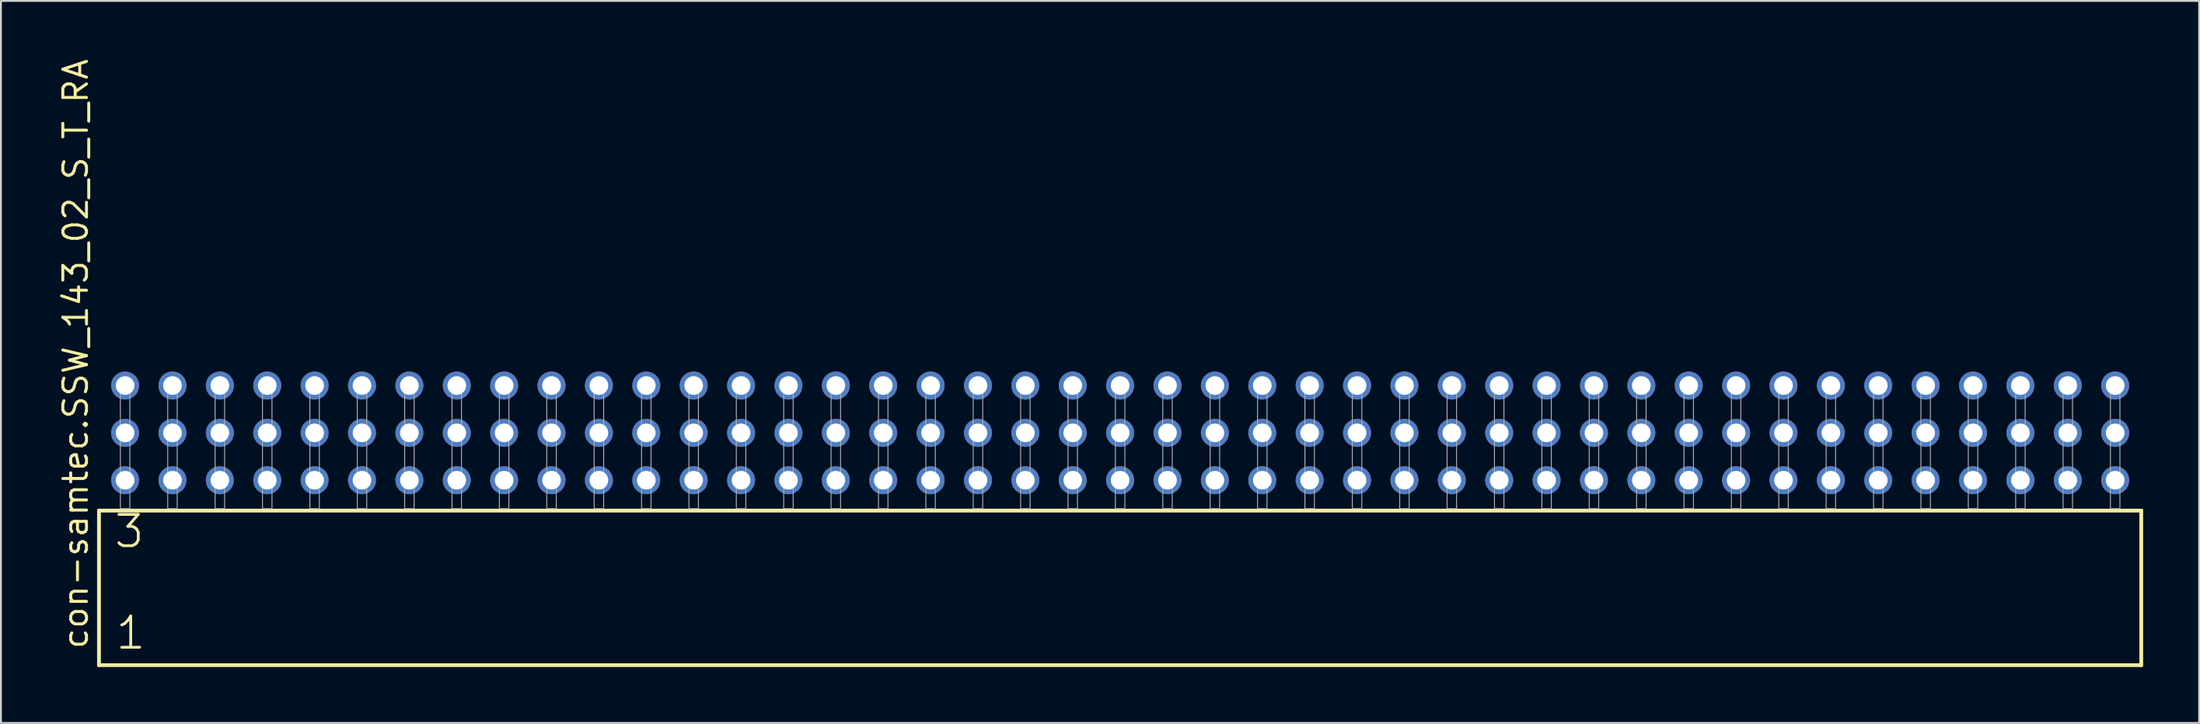
<source format=kicad_pcb>
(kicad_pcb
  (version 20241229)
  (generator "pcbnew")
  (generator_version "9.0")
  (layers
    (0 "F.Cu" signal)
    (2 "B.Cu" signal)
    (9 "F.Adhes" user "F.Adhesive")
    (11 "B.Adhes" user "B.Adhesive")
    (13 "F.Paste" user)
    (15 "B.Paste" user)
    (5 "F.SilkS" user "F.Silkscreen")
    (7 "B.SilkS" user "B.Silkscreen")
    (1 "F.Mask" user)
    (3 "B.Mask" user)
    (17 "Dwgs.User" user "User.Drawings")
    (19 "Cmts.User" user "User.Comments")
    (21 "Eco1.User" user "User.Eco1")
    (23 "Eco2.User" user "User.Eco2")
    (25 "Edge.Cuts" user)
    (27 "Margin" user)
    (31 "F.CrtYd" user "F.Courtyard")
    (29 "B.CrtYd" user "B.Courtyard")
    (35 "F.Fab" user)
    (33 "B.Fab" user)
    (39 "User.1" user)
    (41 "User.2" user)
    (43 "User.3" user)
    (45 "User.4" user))
  (footprint "con-samtec.SSW_143_02_S_T_RA"
    (layer "F.Cu")
    (at 56.995 24.235)
    (property "Reference" "con-samtec.SSW_143_02_S_T_RA" (at -55.245 7.62 90) (layer "F.SilkS") (effects (font (size 1.27 1.27) (thickness 0.16)) (justify left bottom)))
    (attr through_hole)
    (fp_line (start -54.739 0.106) (end -54.739 8.396) (stroke (width 0.203) (type default)) (layer "F.SilkS"))
    (fp_line (start -54.739 8.396) (end 54.739 8.396) (stroke (width 0.203) (type default)) (layer "F.SilkS"))
    (fp_line (start 54.739 0.106) (end -54.739 0.106) (stroke (width 0.203) (type default)) (layer "F.SilkS"))
    (fp_line (start 54.739 8.396) (end 54.739 0.106) (stroke (width 0.203) (type default)) (layer "F.SilkS"))
    (fp_rect (start -53.594 0) (end -53.086 -6.858) (stroke (width 0.05) (type default)) (fill no) (layer "F.Fab"))
    (fp_rect (start -51.054 0) (end -50.546 -6.858) (stroke (width 0.05) (type default)) (fill no) (layer "F.Fab"))
    (fp_rect (start -48.514 0) (end -48.006 -6.858) (stroke (width 0.05) (type default)) (fill no) (layer "F.Fab"))
    (fp_rect (start -45.974 0) (end -45.466 -6.858) (stroke (width 0.05) (type default)) (fill no) (layer "F.Fab"))
    (fp_rect (start -43.434 0) (end -42.926 -6.858) (stroke (width 0.05) (type default)) (fill no) (layer "F.Fab"))
    (fp_rect (start -40.894 0) (end -40.386 -6.858) (stroke (width 0.05) (type default)) (fill no) (layer "F.Fab"))
    (fp_rect (start -38.354 0) (end -37.846 -6.858) (stroke (width 0.05) (type default)) (fill no) (layer "F.Fab"))
    (fp_rect (start -35.814 0) (end -35.306 -6.858) (stroke (width 0.05) (type default)) (fill no) (layer "F.Fab"))
    (fp_rect (start -33.274 0) (end -32.766 -6.858) (stroke (width 0.05) (type default)) (fill no) (layer "F.Fab"))
    (fp_rect (start -30.734 0) (end -30.226 -6.858) (stroke (width 0.05) (type default)) (fill no) (layer "F.Fab"))
    (fp_rect (start -28.194 0) (end -27.686 -6.858) (stroke (width 0.05) (type default)) (fill no) (layer "F.Fab"))
    (fp_rect (start -25.654 0) (end -25.146 -6.858) (stroke (width 0.05) (type default)) (fill no) (layer "F.Fab"))
    (fp_rect (start -23.114 0) (end -22.606 -6.858) (stroke (width 0.05) (type default)) (fill no) (layer "F.Fab"))
    (fp_rect (start -20.574 0) (end -20.066 -6.858) (stroke (width 0.05) (type default)) (fill no) (layer "F.Fab"))
    (fp_rect (start -18.034 0) (end -17.526 -6.858) (stroke (width 0.05) (type default)) (fill no) (layer "F.Fab"))
    (fp_rect (start -15.494 0) (end -14.986 -6.858) (stroke (width 0.05) (type default)) (fill no) (layer "F.Fab"))
    (fp_rect (start -12.954 0) (end -12.446 -6.858) (stroke (width 0.05) (type default)) (fill no) (layer "F.Fab"))
    (fp_rect (start -10.414 0) (end -9.906 -6.858) (stroke (width 0.05) (type default)) (fill no) (layer "F.Fab"))
    (fp_rect (start -7.874 0) (end -7.366 -6.858) (stroke (width 0.05) (type default)) (fill no) (layer "F.Fab"))
    (fp_rect (start -5.334 0) (end -4.826 -6.858) (stroke (width 0.05) (type default)) (fill no) (layer "F.Fab"))
    (fp_rect (start -2.794 0) (end -2.286 -6.858) (stroke (width 0.05) (type default)) (fill no) (layer "F.Fab"))
    (fp_rect (start -0.254 0) (end 0.254 -6.858) (stroke (width 0.05) (type default)) (fill no) (layer "F.Fab"))
    (fp_rect (start 2.286 0) (end 2.794 -6.858) (stroke (width 0.05) (type default)) (fill no) (layer "F.Fab"))
    (fp_rect (start 4.826 0) (end 5.334 -6.858) (stroke (width 0.05) (type default)) (fill no) (layer "F.Fab"))
    (fp_rect (start 7.366 0) (end 7.874 -6.858) (stroke (width 0.05) (type default)) (fill no) (layer "F.Fab"))
    (fp_rect (start 9.906 0) (end 10.414 -6.858) (stroke (width 0.05) (type default)) (fill no) (layer "F.Fab"))
    (fp_rect (start 12.446 0) (end 12.954 -6.858) (stroke (width 0.05) (type default)) (fill no) (layer "F.Fab"))
    (fp_rect (start 14.986 0) (end 15.494 -6.858) (stroke (width 0.05) (type default)) (fill no) (layer "F.Fab"))
    (fp_rect (start 17.526 0) (end 18.034 -6.858) (stroke (width 0.05) (type default)) (fill no) (layer "F.Fab"))
    (fp_rect (start 20.066 0) (end 20.574 -6.858) (stroke (width 0.05) (type default)) (fill no) (layer "F.Fab"))
    (fp_rect (start 22.606 0) (end 23.114 -6.858) (stroke (width 0.05) (type default)) (fill no) (layer "F.Fab"))
    (fp_rect (start 25.146 0) (end 25.654 -6.858) (stroke (width 0.05) (type default)) (fill no) (layer "F.Fab"))
    (fp_rect (start 27.686 0) (end 28.194 -6.858) (stroke (width 0.05) (type default)) (fill no) (layer "F.Fab"))
    (fp_rect (start 30.226 0) (end 30.734 -6.858) (stroke (width 0.05) (type default)) (fill no) (layer "F.Fab"))
    (fp_rect (start 32.766 0) (end 33.274 -6.858) (stroke (width 0.05) (type default)) (fill no) (layer "F.Fab"))
    (fp_rect (start 35.306 0) (end 35.814 -6.858) (stroke (width 0.05) (type default)) (fill no) (layer "F.Fab"))
    (fp_rect (start 37.846 0) (end 38.354 -6.858) (stroke (width 0.05) (type default)) (fill no) (layer "F.Fab"))
    (fp_rect (start 40.386 0) (end 40.894 -6.858) (stroke (width 0.05) (type default)) (fill no) (layer "F.Fab"))
    (fp_rect (start 42.926 0) (end 43.434 -6.858) (stroke (width 0.05) (type default)) (fill no) (layer "F.Fab"))
    (fp_rect (start 45.466 0) (end 45.974 -6.858) (stroke (width 0.05) (type default)) (fill no) (layer "F.Fab"))
    (fp_rect (start 48.006 0) (end 48.514 -6.858) (stroke (width 0.05) (type default)) (fill no) (layer "F.Fab"))
    (fp_rect (start 50.546 0) (end 51.054 -6.858) (stroke (width 0.05) (type default)) (fill no) (layer "F.Fab"))
    (fp_rect (start 53.086 0) (end 53.594 -6.858) (stroke (width 0.05) (type default)) (fill no) (layer "F.Fab"))
    (fp_text user "3" (at -54.01 2.2 0) (layer "F.SilkS") (effects (font (size 1.676 1.676) (thickness 0.15)) (justify left bottom)))
    (fp_text user "1" (at -53.935 7.65 0) (layer "F.SilkS") (effects (font (size 1.676 1.676) (thickness 0.15)) (justify left bottom)))
    (pad "1" thru_hole circle (at -53.34 -1.524) (size 1.5 1.5) (drill 1) (layers "*.Cu" "*.Mask"))
    (pad "2" thru_hole circle (at -53.34 -4.064) (size 1.5 1.5) (drill 1) (layers "*.Cu" "*.Mask"))
    (pad "3" thru_hole circle (at -53.34 -6.604) (size 1.5 1.5) (drill 1) (layers "*.Cu" "*.Mask"))
    (pad "4" thru_hole circle (at -50.8 -1.524) (size 1.5 1.5) (drill 1) (layers "*.Cu" "*.Mask"))
    (pad "5" thru_hole circle (at -50.8 -4.064) (size 1.5 1.5) (drill 1) (layers "*.Cu" "*.Mask"))
    (pad "6" thru_hole circle (at -50.8 -6.604) (size 1.5 1.5) (drill 1) (layers "*.Cu" "*.Mask"))
    (pad "7" thru_hole circle (at -48.26 -1.524) (size 1.5 1.5) (drill 1) (layers "*.Cu" "*.Mask"))
    (pad "8" thru_hole circle (at -48.26 -4.064) (size 1.5 1.5) (drill 1) (layers "*.Cu" "*.Mask"))
    (pad "9" thru_hole circle (at -48.26 -6.604) (size 1.5 1.5) (drill 1) (layers "*.Cu" "*.Mask"))
    (pad "10" thru_hole circle (at -45.72 -1.524) (size 1.5 1.5) (drill 1) (layers "*.Cu" "*.Mask"))
    (pad "11" thru_hole circle (at -45.72 -4.064) (size 1.5 1.5) (drill 1) (layers "*.Cu" "*.Mask"))
    (pad "12" thru_hole circle (at -45.72 -6.604) (size 1.5 1.5) (drill 1) (layers "*.Cu" "*.Mask"))
    (pad "13" thru_hole circle (at -43.18 -1.524) (size 1.5 1.5) (drill 1) (layers "*.Cu" "*.Mask"))
    (pad "14" thru_hole circle (at -43.18 -4.064) (size 1.5 1.5) (drill 1) (layers "*.Cu" "*.Mask"))
    (pad "15" thru_hole circle (at -43.18 -6.604) (size 1.5 1.5) (drill 1) (layers "*.Cu" "*.Mask"))
    (pad "16" thru_hole circle (at -40.64 -1.524) (size 1.5 1.5) (drill 1) (layers "*.Cu" "*.Mask"))
    (pad "17" thru_hole circle (at -40.64 -4.064) (size 1.5 1.5) (drill 1) (layers "*.Cu" "*.Mask"))
    (pad "18" thru_hole circle (at -40.64 -6.604) (size 1.5 1.5) (drill 1) (layers "*.Cu" "*.Mask"))
    (pad "19" thru_hole circle (at -38.1 -1.524) (size 1.5 1.5) (drill 1) (layers "*.Cu" "*.Mask"))
    (pad "20" thru_hole circle (at -38.1 -4.064) (size 1.5 1.5) (drill 1) (layers "*.Cu" "*.Mask"))
    (pad "21" thru_hole circle (at -38.1 -6.604) (size 1.5 1.5) (drill 1) (layers "*.Cu" "*.Mask"))
    (pad "22" thru_hole circle (at -35.56 -1.524) (size 1.5 1.5) (drill 1) (layers "*.Cu" "*.Mask"))
    (pad "23" thru_hole circle (at -35.56 -4.064) (size 1.5 1.5) (drill 1) (layers "*.Cu" "*.Mask"))
    (pad "24" thru_hole circle (at -35.56 -6.604) (size 1.5 1.5) (drill 1) (layers "*.Cu" "*.Mask"))
    (pad "25" thru_hole circle (at -33.02 -1.524) (size 1.5 1.5) (drill 1) (layers "*.Cu" "*.Mask"))
    (pad "26" thru_hole circle (at -33.02 -4.064) (size 1.5 1.5) (drill 1) (layers "*.Cu" "*.Mask"))
    (pad "27" thru_hole circle (at -33.02 -6.604) (size 1.5 1.5) (drill 1) (layers "*.Cu" "*.Mask"))
    (pad "28" thru_hole circle (at -30.48 -1.524) (size 1.5 1.5) (drill 1) (layers "*.Cu" "*.Mask"))
    (pad "29" thru_hole circle (at -30.48 -4.064) (size 1.5 1.5) (drill 1) (layers "*.Cu" "*.Mask"))
    (pad "30" thru_hole circle (at -30.48 -6.604) (size 1.5 1.5) (drill 1) (layers "*.Cu" "*.Mask"))
    (pad "31" thru_hole circle (at -27.94 -1.524) (size 1.5 1.5) (drill 1) (layers "*.Cu" "*.Mask"))
    (pad "32" thru_hole circle (at -27.94 -4.064) (size 1.5 1.5) (drill 1) (layers "*.Cu" "*.Mask"))
    (pad "33" thru_hole circle (at -27.94 -6.604) (size 1.5 1.5) (drill 1) (layers "*.Cu" "*.Mask"))
    (pad "34" thru_hole circle (at -25.4 -1.524) (size 1.5 1.5) (drill 1) (layers "*.Cu" "*.Mask"))
    (pad "35" thru_hole circle (at -25.4 -4.064) (size 1.5 1.5) (drill 1) (layers "*.Cu" "*.Mask"))
    (pad "36" thru_hole circle (at -25.4 -6.604) (size 1.5 1.5) (drill 1) (layers "*.Cu" "*.Mask"))
    (pad "37" thru_hole circle (at -22.86 -1.524) (size 1.5 1.5) (drill 1) (layers "*.Cu" "*.Mask"))
    (pad "38" thru_hole circle (at -22.86 -4.064) (size 1.5 1.5) (drill 1) (layers "*.Cu" "*.Mask"))
    (pad "39" thru_hole circle (at -22.86 -6.604) (size 1.5 1.5) (drill 1) (layers "*.Cu" "*.Mask"))
    (pad "40" thru_hole circle (at -20.32 -1.524) (size 1.5 1.5) (drill 1) (layers "*.Cu" "*.Mask"))
    (pad "41" thru_hole circle (at -20.32 -4.064) (size 1.5 1.5) (drill 1) (layers "*.Cu" "*.Mask"))
    (pad "42" thru_hole circle (at -20.32 -6.604) (size 1.5 1.5) (drill 1) (layers "*.Cu" "*.Mask"))
    (pad "43" thru_hole circle (at -17.78 -1.524) (size 1.5 1.5) (drill 1) (layers "*.Cu" "*.Mask"))
    (pad "44" thru_hole circle (at -17.78 -4.064) (size 1.5 1.5) (drill 1) (layers "*.Cu" "*.Mask"))
    (pad "45" thru_hole circle (at -17.78 -6.604) (size 1.5 1.5) (drill 1) (layers "*.Cu" "*.Mask"))
    (pad "46" thru_hole circle (at -15.24 -1.524) (size 1.5 1.5) (drill 1) (layers "*.Cu" "*.Mask"))
    (pad "47" thru_hole circle (at -15.24 -4.064) (size 1.5 1.5) (drill 1) (layers "*.Cu" "*.Mask"))
    (pad "48" thru_hole circle (at -15.24 -6.604) (size 1.5 1.5) (drill 1) (layers "*.Cu" "*.Mask"))
    (pad "49" thru_hole circle (at -12.7 -1.524) (size 1.5 1.5) (drill 1) (layers "*.Cu" "*.Mask"))
    (pad "50" thru_hole circle (at -12.7 -4.064) (size 1.5 1.5) (drill 1) (layers "*.Cu" "*.Mask"))
    (pad "51" thru_hole circle (at -12.7 -6.604) (size 1.5 1.5) (drill 1) (layers "*.Cu" "*.Mask"))
    (pad "52" thru_hole circle (at -10.16 -1.524) (size 1.5 1.5) (drill 1) (layers "*.Cu" "*.Mask"))
    (pad "53" thru_hole circle (at -10.16 -4.064) (size 1.5 1.5) (drill 1) (layers "*.Cu" "*.Mask"))
    (pad "54" thru_hole circle (at -10.16 -6.604) (size 1.5 1.5) (drill 1) (layers "*.Cu" "*.Mask"))
    (pad "55" thru_hole circle (at -7.62 -1.524) (size 1.5 1.5) (drill 1) (layers "*.Cu" "*.Mask"))
    (pad "56" thru_hole circle (at -7.62 -4.064) (size 1.5 1.5) (drill 1) (layers "*.Cu" "*.Mask"))
    (pad "57" thru_hole circle (at -7.62 -6.604) (size 1.5 1.5) (drill 1) (layers "*.Cu" "*.Mask"))
    (pad "58" thru_hole circle (at -5.08 -1.524) (size 1.5 1.5) (drill 1) (layers "*.Cu" "*.Mask"))
    (pad "59" thru_hole circle (at -5.08 -4.064) (size 1.5 1.5) (drill 1) (layers "*.Cu" "*.Mask"))
    (pad "60" thru_hole circle (at -5.08 -6.604) (size 1.5 1.5) (drill 1) (layers "*.Cu" "*.Mask"))
    (pad "61" thru_hole circle (at -2.54 -1.524) (size 1.5 1.5) (drill 1) (layers "*.Cu" "*.Mask"))
    (pad "62" thru_hole circle (at -2.54 -4.064) (size 1.5 1.5) (drill 1) (layers "*.Cu" "*.Mask"))
    (pad "63" thru_hole circle (at -2.54 -6.604) (size 1.5 1.5) (drill 1) (layers "*.Cu" "*.Mask"))
    (pad "64" thru_hole circle (at 0 -1.524) (size 1.5 1.5) (drill 1) (layers "*.Cu" "*.Mask"))
    (pad "65" thru_hole circle (at 0 -4.064) (size 1.5 1.5) (drill 1) (layers "*.Cu" "*.Mask"))
    (pad "66" thru_hole circle (at 0 -6.604) (size 1.5 1.5) (drill 1) (layers "*.Cu" "*.Mask"))
    (pad "67" thru_hole circle (at 2.54 -1.524) (size 1.5 1.5) (drill 1) (layers "*.Cu" "*.Mask"))
    (pad "68" thru_hole circle (at 2.54 -4.064) (size 1.5 1.5) (drill 1) (layers "*.Cu" "*.Mask"))
    (pad "69" thru_hole circle (at 2.54 -6.604) (size 1.5 1.5) (drill 1) (layers "*.Cu" "*.Mask"))
    (pad "70" thru_hole circle (at 5.08 -1.524) (size 1.5 1.5) (drill 1) (layers "*.Cu" "*.Mask"))
    (pad "71" thru_hole circle (at 5.08 -4.064) (size 1.5 1.5) (drill 1) (layers "*.Cu" "*.Mask"))
    (pad "72" thru_hole circle (at 5.08 -6.604) (size 1.5 1.5) (drill 1) (layers "*.Cu" "*.Mask"))
    (pad "73" thru_hole circle (at 7.62 -1.524) (size 1.5 1.5) (drill 1) (layers "*.Cu" "*.Mask"))
    (pad "74" thru_hole circle (at 7.62 -4.064) (size 1.5 1.5) (drill 1) (layers "*.Cu" "*.Mask"))
    (pad "75" thru_hole circle (at 7.62 -6.604) (size 1.5 1.5) (drill 1) (layers "*.Cu" "*.Mask"))
    (pad "76" thru_hole circle (at 10.16 -1.524) (size 1.5 1.5) (drill 1) (layers "*.Cu" "*.Mask"))
    (pad "77" thru_hole circle (at 10.16 -4.064) (size 1.5 1.5) (drill 1) (layers "*.Cu" "*.Mask"))
    (pad "78" thru_hole circle (at 10.16 -6.604) (size 1.5 1.5) (drill 1) (layers "*.Cu" "*.Mask"))
    (pad "79" thru_hole circle (at 12.7 -1.524) (size 1.5 1.5) (drill 1) (layers "*.Cu" "*.Mask"))
    (pad "80" thru_hole circle (at 12.7 -4.064) (size 1.5 1.5) (drill 1) (layers "*.Cu" "*.Mask"))
    (pad "81" thru_hole circle (at 12.7 -6.604) (size 1.5 1.5) (drill 1) (layers "*.Cu" "*.Mask"))
    (pad "82" thru_hole circle (at 15.24 -1.524) (size 1.5 1.5) (drill 1) (layers "*.Cu" "*.Mask"))
    (pad "83" thru_hole circle (at 15.24 -4.064) (size 1.5 1.5) (drill 1) (layers "*.Cu" "*.Mask"))
    (pad "84" thru_hole circle (at 15.24 -6.604) (size 1.5 1.5) (drill 1) (layers "*.Cu" "*.Mask"))
    (pad "85" thru_hole circle (at 17.78 -1.524) (size 1.5 1.5) (drill 1) (layers "*.Cu" "*.Mask"))
    (pad "86" thru_hole circle (at 17.78 -4.064) (size 1.5 1.5) (drill 1) (layers "*.Cu" "*.Mask"))
    (pad "87" thru_hole circle (at 17.78 -6.604) (size 1.5 1.5) (drill 1) (layers "*.Cu" "*.Mask"))
    (pad "88" thru_hole circle (at 20.32 -1.524) (size 1.5 1.5) (drill 1) (layers "*.Cu" "*.Mask"))
    (pad "89" thru_hole circle (at 20.32 -4.064) (size 1.5 1.5) (drill 1) (layers "*.Cu" "*.Mask"))
    (pad "90" thru_hole circle (at 20.32 -6.604) (size 1.5 1.5) (drill 1) (layers "*.Cu" "*.Mask"))
    (pad "91" thru_hole circle (at 22.86 -1.524) (size 1.5 1.5) (drill 1) (layers "*.Cu" "*.Mask"))
    (pad "92" thru_hole circle (at 22.86 -4.064) (size 1.5 1.5) (drill 1) (layers "*.Cu" "*.Mask"))
    (pad "93" thru_hole circle (at 22.86 -6.604) (size 1.5 1.5) (drill 1) (layers "*.Cu" "*.Mask"))
    (pad "94" thru_hole circle (at 25.4 -1.524) (size 1.5 1.5) (drill 1) (layers "*.Cu" "*.Mask"))
    (pad "95" thru_hole circle (at 25.4 -4.064) (size 1.5 1.5) (drill 1) (layers "*.Cu" "*.Mask"))
    (pad "96" thru_hole circle (at 25.4 -6.604) (size 1.5 1.5) (drill 1) (layers "*.Cu" "*.Mask"))
    (pad "97" thru_hole circle (at 27.94 -1.524) (size 1.5 1.5) (drill 1) (layers "*.Cu" "*.Mask"))
    (pad "98" thru_hole circle (at 27.94 -4.064) (size 1.5 1.5) (drill 1) (layers "*.Cu" "*.Mask"))
    (pad "99" thru_hole circle (at 27.94 -6.604) (size 1.5 1.5) (drill 1) (layers "*.Cu" "*.Mask"))
    (pad "100" thru_hole circle (at 30.48 -1.524) (size 1.5 1.5) (drill 1) (layers "*.Cu" "*.Mask"))
    (pad "101" thru_hole circle (at 30.48 -4.064) (size 1.5 1.5) (drill 1) (layers "*.Cu" "*.Mask"))
    (pad "102" thru_hole circle (at 30.48 -6.604) (size 1.5 1.5) (drill 1) (layers "*.Cu" "*.Mask"))
    (pad "103" thru_hole circle (at 33.02 -1.524) (size 1.5 1.5) (drill 1) (layers "*.Cu" "*.Mask"))
    (pad "104" thru_hole circle (at 33.02 -4.064) (size 1.5 1.5) (drill 1) (layers "*.Cu" "*.Mask"))
    (pad "105" thru_hole circle (at 33.02 -6.604) (size 1.5 1.5) (drill 1) (layers "*.Cu" "*.Mask"))
    (pad "106" thru_hole circle (at 35.56 -1.524) (size 1.5 1.5) (drill 1) (layers "*.Cu" "*.Mask"))
    (pad "107" thru_hole circle (at 35.56 -4.064) (size 1.5 1.5) (drill 1) (layers "*.Cu" "*.Mask"))
    (pad "108" thru_hole circle (at 35.56 -6.604) (size 1.5 1.5) (drill 1) (layers "*.Cu" "*.Mask"))
    (pad "109" thru_hole circle (at 38.1 -1.524) (size 1.5 1.5) (drill 1) (layers "*.Cu" "*.Mask"))
    (pad "110" thru_hole circle (at 38.1 -4.064) (size 1.5 1.5) (drill 1) (layers "*.Cu" "*.Mask"))
    (pad "111" thru_hole circle (at 38.1 -6.604) (size 1.5 1.5) (drill 1) (layers "*.Cu" "*.Mask"))
    (pad "112" thru_hole circle (at 40.64 -1.524) (size 1.5 1.5) (drill 1) (layers "*.Cu" "*.Mask"))
    (pad "113" thru_hole circle (at 40.64 -4.064) (size 1.5 1.5) (drill 1) (layers "*.Cu" "*.Mask"))
    (pad "114" thru_hole circle (at 40.64 -6.604) (size 1.5 1.5) (drill 1) (layers "*.Cu" "*.Mask"))
    (pad "115" thru_hole circle (at 43.18 -1.524) (size 1.5 1.5) (drill 1) (layers "*.Cu" "*.Mask"))
    (pad "116" thru_hole circle (at 43.18 -4.064) (size 1.5 1.5) (drill 1) (layers "*.Cu" "*.Mask"))
    (pad "117" thru_hole circle (at 43.18 -6.604) (size 1.5 1.5) (drill 1) (layers "*.Cu" "*.Mask"))
    (pad "118" thru_hole circle (at 45.72 -1.524) (size 1.5 1.5) (drill 1) (layers "*.Cu" "*.Mask"))
    (pad "119" thru_hole circle (at 45.72 -4.064) (size 1.5 1.5) (drill 1) (layers "*.Cu" "*.Mask"))
    (pad "120" thru_hole circle (at 45.72 -6.604) (size 1.5 1.5) (drill 1) (layers "*.Cu" "*.Mask"))
    (pad "121" thru_hole circle (at 48.26 -1.524) (size 1.5 1.5) (drill 1) (layers "*.Cu" "*.Mask"))
    (pad "122" thru_hole circle (at 48.26 -4.064) (size 1.5 1.5) (drill 1) (layers "*.Cu" "*.Mask"))
    (pad "123" thru_hole circle (at 48.26 -6.604) (size 1.5 1.5) (drill 1) (layers "*.Cu" "*.Mask"))
    (pad "124" thru_hole circle (at 50.8 -1.524) (size 1.5 1.5) (drill 1) (layers "*.Cu" "*.Mask"))
    (pad "125" thru_hole circle (at 50.8 -4.064) (size 1.5 1.5) (drill 1) (layers "*.Cu" "*.Mask"))
    (pad "126" thru_hole circle (at 50.8 -6.604) (size 1.5 1.5) (drill 1) (layers "*.Cu" "*.Mask"))
    (pad "127" thru_hole circle (at 53.34 -1.524) (size 1.5 1.5) (drill 1) (layers "*.Cu" "*.Mask"))
    (pad "128" thru_hole circle (at 53.34 -4.064) (size 1.5 1.5) (drill 1) (layers "*.Cu" "*.Mask"))
    (pad "129" thru_hole circle (at 53.34 -6.604) (size 1.5 1.5) (drill 1) (layers "*.Cu" "*.Mask")))
  (gr_rect
    (start -3 -3)
    (end 114.836 35.733)
    (stroke (width 0.1) (type default))
    (fill no)
    (layer "Edge.Cuts")))
</source>
